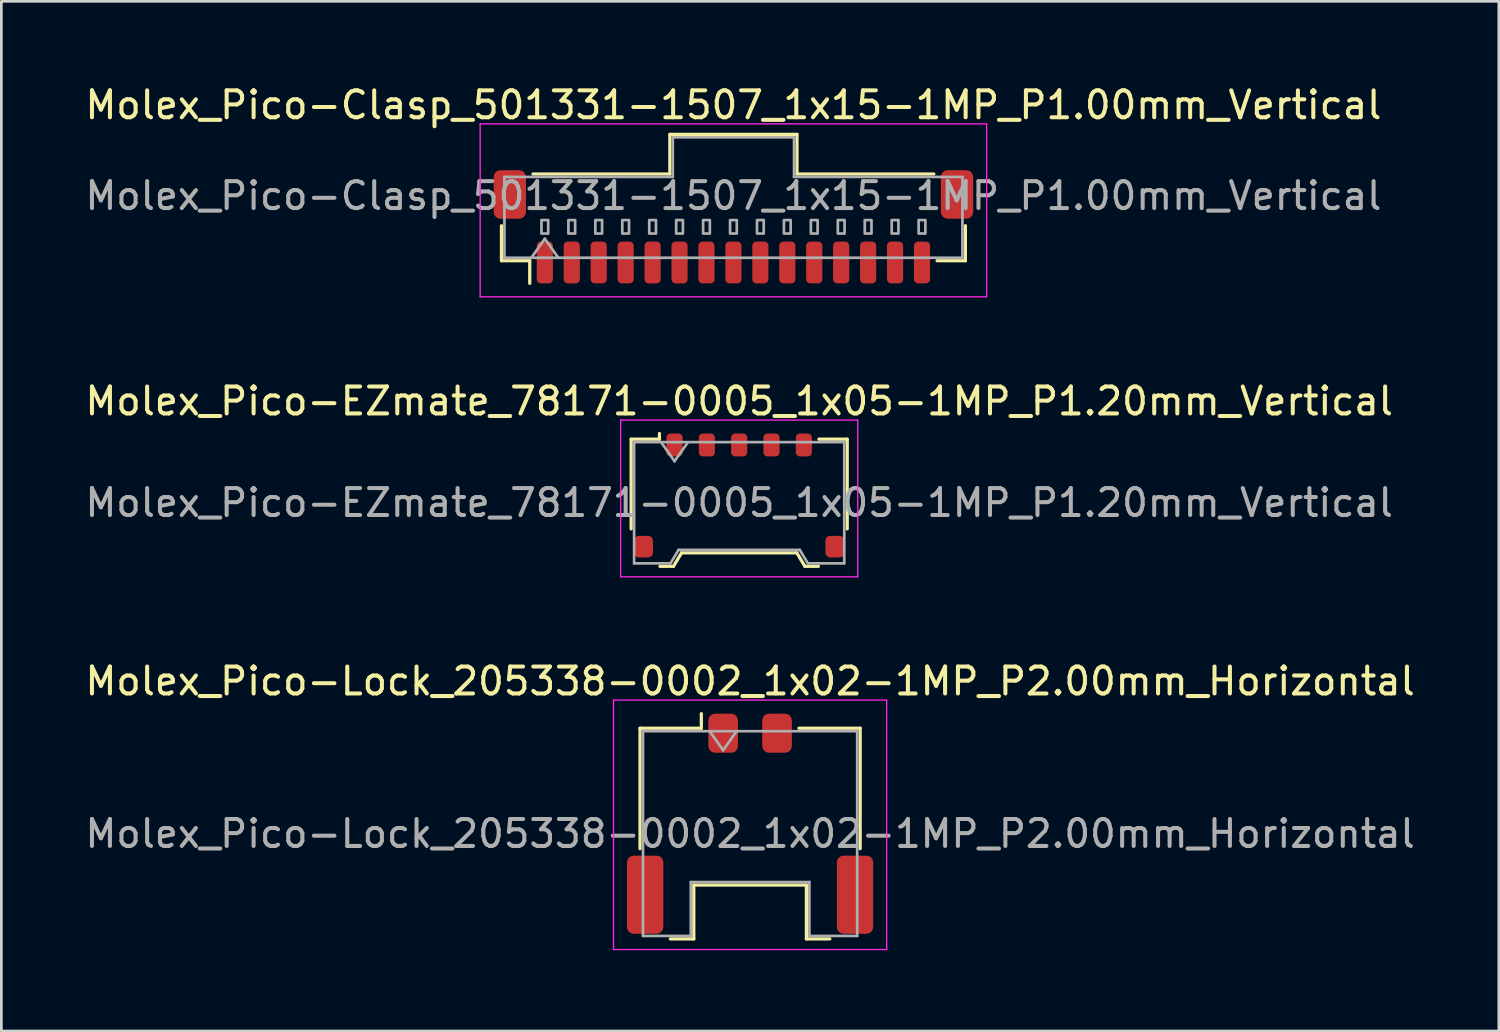
<source format=kicad_pcb>
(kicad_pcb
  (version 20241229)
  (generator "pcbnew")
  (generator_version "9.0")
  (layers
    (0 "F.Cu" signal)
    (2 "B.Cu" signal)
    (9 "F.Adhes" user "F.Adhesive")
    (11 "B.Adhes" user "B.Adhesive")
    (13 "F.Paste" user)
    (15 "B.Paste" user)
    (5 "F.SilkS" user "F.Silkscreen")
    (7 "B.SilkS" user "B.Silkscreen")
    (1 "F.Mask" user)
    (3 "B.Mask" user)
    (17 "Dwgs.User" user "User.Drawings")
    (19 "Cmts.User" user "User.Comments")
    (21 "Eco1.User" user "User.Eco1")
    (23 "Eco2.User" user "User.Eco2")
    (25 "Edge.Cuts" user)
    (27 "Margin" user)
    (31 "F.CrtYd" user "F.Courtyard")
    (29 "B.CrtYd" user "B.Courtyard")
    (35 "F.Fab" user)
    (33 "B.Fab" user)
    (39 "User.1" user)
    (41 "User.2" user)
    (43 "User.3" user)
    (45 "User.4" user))
  (footprint "Molex_Pico-Lock_205338-0002_1x02-1MP_P2.00mm_Horizontal"
    (layer "F.Cu")
    (at 24.792 27.525)
    (property "Reference" "Molex_Pico-Lock_205338-0002_1x02-1MP_P2.00mm_Horizontal" (at 0 -5.29 0) (layer "F.SilkS") (effects (font (size 1 1) (thickness 0.15))))
    (attr smd)
    (fp_line (start -4.085 -3.545) (end -1.81 -3.545) (stroke (width 0.12) (type solid)) (layer "F.SilkS"))
    (fp_line (start -4.085 0.925) (end -4.085 -3.545) (stroke (width 0.12) (type solid)) (layer "F.SilkS"))
    (fp_line (start -2.96 4.275) (end -2.09 4.275) (stroke (width 0.12) (type solid)) (layer "F.SilkS"))
    (fp_line (start -2.09 2.275) (end 2.09 2.275) (stroke (width 0.12) (type solid)) (layer "F.SilkS"))
    (fp_line (start -2.09 4.275) (end -2.09 2.275) (stroke (width 0.12) (type solid)) (layer "F.SilkS"))
    (fp_line (start -1.81 -3.545) (end -1.81 -4.085) (stroke (width 0.12) (type solid)) (layer "F.SilkS"))
    (fp_line (start 2.09 2.275) (end 2.09 4.275) (stroke (width 0.12) (type solid)) (layer "F.SilkS"))
    (fp_line (start 2.09 4.275) (end 2.96 4.275) (stroke (width 0.12) (type solid)) (layer "F.SilkS"))
    (fp_line (start 4.085 -3.545) (end 1.81 -3.545) (stroke (width 0.12) (type solid)) (layer "F.SilkS"))
    (fp_line (start 4.085 0.925) (end 4.085 -3.545) (stroke (width 0.12) (type solid)) (layer "F.SilkS"))
    (fp_line (start -5.07 -4.59) (end -5.07 4.67) (stroke (width 0.05) (type solid)) (layer "F.CrtYd"))
    (fp_line (start -5.07 4.67) (end 5.07 4.67) (stroke (width 0.05) (type solid)) (layer "F.CrtYd"))
    (fp_line (start 5.07 -4.59) (end -5.07 -4.59) (stroke (width 0.05) (type solid)) (layer "F.CrtYd"))
    (fp_line (start 5.07 4.67) (end 5.07 -4.59) (stroke (width 0.05) (type solid)) (layer "F.CrtYd"))
    (fp_line (start -3.975 -3.435) (end -3.975 4.165) (stroke (width 0.1) (type solid)) (layer "F.Fab"))
    (fp_line (start -3.975 -3.435) (end 3.975 -3.435) (stroke (width 0.1) (type solid)) (layer "F.Fab"))
    (fp_line (start -3.975 4.165) (end -2.2 4.165) (stroke (width 0.1) (type solid)) (layer "F.Fab"))
    (fp_line (start -2.2 2.165) (end 2.2 2.165) (stroke (width 0.1) (type solid)) (layer "F.Fab"))
    (fp_line (start -2.2 4.165) (end -2.2 2.165) (stroke (width 0.1) (type solid)) (layer "F.Fab"))
    (fp_line (start -1.5 -3.435) (end -1 -2.728) (stroke (width 0.1) (type solid)) (layer "F.Fab"))
    (fp_line (start -1 -2.728) (end -0.5 -3.435) (stroke (width 0.1) (type solid)) (layer "F.Fab"))
    (fp_line (start 2.2 2.165) (end 2.2 4.165) (stroke (width 0.1) (type solid)) (layer "F.Fab"))
    (fp_line (start 2.2 4.165) (end 3.975 4.165) (stroke (width 0.1) (type solid)) (layer "F.Fab"))
    (fp_line (start 3.975 -3.435) (end 3.975 4.165) (stroke (width 0.1) (type solid)) (layer "F.Fab"))
    (fp_text user "${REFERENCE}" (at 0 0.37 0) (layer "F.Fab") (effects (font (size 1 1) (thickness 0.15))))
    (pad "1" smd roundrect (at -1 -3.36) (size 1.1 1.45) (layers "F.Cu" "F.Mask" "F.Paste") (roundrect_rratio 0.227))
    (pad "2" smd roundrect (at 1 -3.36) (size 1.1 1.45) (layers "F.Cu" "F.Mask" "F.Paste") (roundrect_rratio 0.227))
    (pad "MP" smd roundrect (at -3.895 2.635) (size 1.35 2.9) (layers "F.Cu" "F.Mask" "F.Paste") (roundrect_rratio 0.185))
    (pad "MP" smd roundrect (at 3.895 2.635) (size 1.35 2.9) (layers "F.Cu" "F.Mask" "F.Paste") (roundrect_rratio 0.185)))
  (footprint "Molex_Pico-Clasp_501331-1507_1x15-1MP_P1.00mm_Vertical"
    (layer "F.Cu")
    (at 24.173 5.368)
    (property "Reference" "Molex_Pico-Clasp_501331-1507_1x15-1MP_P1.00mm_Vertical" (at 0 -4.52 0) (layer "F.SilkS") (effects (font (size 1 1) (thickness 0.15))))
    (attr smd)
    (fp_line (start -8.61 -0.04) (end -8.61 1.26) (stroke (width 0.12) (type solid)) (layer "F.SilkS"))
    (fp_line (start -8.61 1.26) (end -7.56 1.26) (stroke (width 0.12) (type solid)) (layer "F.SilkS"))
    (fp_line (start -7.56 1.26) (end -7.56 2.1) (stroke (width 0.12) (type solid)) (layer "F.SilkS"))
    (fp_line (start -7.44 -1.96) (end -2.36 -1.96) (stroke (width 0.12) (type solid)) (layer "F.SilkS"))
    (fp_line (start -2.36 -3.43) (end 2.36 -3.43) (stroke (width 0.12) (type solid)) (layer "F.SilkS"))
    (fp_line (start -2.36 -1.96) (end -2.36 -3.43) (stroke (width 0.12) (type solid)) (layer "F.SilkS"))
    (fp_line (start 2.36 -3.43) (end 2.36 -1.96) (stroke (width 0.12) (type solid)) (layer "F.SilkS"))
    (fp_line (start 2.36 -1.96) (end 7.44 -1.96) (stroke (width 0.12) (type solid)) (layer "F.SilkS"))
    (fp_line (start 8.61 -0.04) (end 8.61 1.26) (stroke (width 0.12) (type solid)) (layer "F.SilkS"))
    (fp_line (start 8.61 1.26) (end 7.56 1.26) (stroke (width 0.12) (type solid)) (layer "F.SilkS"))
    (fp_line (start -9.4 -3.82) (end -9.4 2.6) (stroke (width 0.05) (type solid)) (layer "F.CrtYd"))
    (fp_line (start -9.4 2.6) (end 9.4 2.6) (stroke (width 0.05) (type solid)) (layer "F.CrtYd"))
    (fp_line (start 9.4 -3.82) (end -9.4 -3.82) (stroke (width 0.05) (type solid)) (layer "F.CrtYd"))
    (fp_line (start 9.4 2.6) (end 9.4 -3.82) (stroke (width 0.05) (type solid)) (layer "F.CrtYd"))
    (fp_line (start -8.5 -1.85) (end -2.25 -1.85) (stroke (width 0.1) (type solid)) (layer "F.Fab"))
    (fp_line (start -8.5 1.15) (end -8.5 -1.85) (stroke (width 0.1) (type solid)) (layer "F.Fab"))
    (fp_line (start -8.5 1.15) (end 8.5 1.15) (stroke (width 0.1) (type solid)) (layer "F.Fab"))
    (fp_line (start -7.5 1.15) (end -7 0.443) (stroke (width 0.1) (type solid)) (layer "F.Fab"))
    (fp_line (start -7 0.443) (end -6.5 1.15) (stroke (width 0.1) (type solid)) (layer "F.Fab"))
    (fp_line (start -2.25 -3.32) (end 2.25 -3.32) (stroke (width 0.1) (type solid)) (layer "F.Fab"))
    (fp_line (start -2.25 -1.85) (end -2.25 -3.32) (stroke (width 0.1) (type solid)) (layer "F.Fab"))
    (fp_line (start 2.25 -3.32) (end 2.25 -1.85) (stroke (width 0.1) (type solid)) (layer "F.Fab"))
    (fp_line (start 2.25 -1.85) (end 8.5 -1.85) (stroke (width 0.1) (type solid)) (layer "F.Fab"))
    (fp_line (start 8.5 1.15) (end 8.5 -1.85) (stroke (width 0.1) (type solid)) (layer "F.Fab"))
    (fp_rect (start -7.125 -0.25) (end -6.875 0.25) (stroke (width 0.1) (type solid)) (fill no) (layer "F.Fab"))
    (fp_rect (start -6.125 -0.25) (end -5.875 0.25) (stroke (width 0.1) (type solid)) (fill no) (layer "F.Fab"))
    (fp_rect (start -5.125 -0.25) (end -4.875 0.25) (stroke (width 0.1) (type solid)) (fill no) (layer "F.Fab"))
    (fp_rect (start -4.125 -0.25) (end -3.875 0.25) (stroke (width 0.1) (type solid)) (fill no) (layer "F.Fab"))
    (fp_rect (start -3.125 -0.25) (end -2.875 0.25) (stroke (width 0.1) (type solid)) (fill no) (layer "F.Fab"))
    (fp_rect (start -2.125 -0.25) (end -1.875 0.25) (stroke (width 0.1) (type solid)) (fill no) (layer "F.Fab"))
    (fp_rect (start -1.125 -0.25) (end -0.875 0.25) (stroke (width 0.1) (type solid)) (fill no) (layer "F.Fab"))
    (fp_rect (start -0.125 -0.25) (end 0.125 0.25) (stroke (width 0.1) (type solid)) (fill no) (layer "F.Fab"))
    (fp_rect (start 0.875 -0.25) (end 1.125 0.25) (stroke (width 0.1) (type solid)) (fill no) (layer "F.Fab"))
    (fp_rect (start 1.875 -0.25) (end 2.125 0.25) (stroke (width 0.1) (type solid)) (fill no) (layer "F.Fab"))
    (fp_rect (start 2.875 -0.25) (end 3.125 0.25) (stroke (width 0.1) (type solid)) (fill no) (layer "F.Fab"))
    (fp_rect (start 3.875 -0.25) (end 4.125 0.25) (stroke (width 0.1) (type solid)) (fill no) (layer "F.Fab"))
    (fp_rect (start 4.875 -0.25) (end 5.125 0.25) (stroke (width 0.1) (type solid)) (fill no) (layer "F.Fab"))
    (fp_rect (start 5.875 -0.25) (end 6.125 0.25) (stroke (width 0.1) (type solid)) (fill no) (layer "F.Fab"))
    (fp_rect (start 6.875 -0.25) (end 7.125 0.25) (stroke (width 0.1) (type solid)) (fill no) (layer "F.Fab"))
    (fp_text user "${REFERENCE}" (at 0 -1.15 0) (layer "F.Fab") (effects (font (size 1 1) (thickness 0.15))))
    (pad "1" smd roundrect (at -7 1.325) (size 0.6 1.55) (layers "F.Cu" "F.Mask" "F.Paste") (roundrect_rratio 0.25))
    (pad "2" smd roundrect (at -6 1.325) (size 0.6 1.55) (layers "F.Cu" "F.Mask" "F.Paste") (roundrect_rratio 0.25))
    (pad "3" smd roundrect (at -5 1.325) (size 0.6 1.55) (layers "F.Cu" "F.Mask" "F.Paste") (roundrect_rratio 0.25))
    (pad "4" smd roundrect (at -4 1.325) (size 0.6 1.55) (layers "F.Cu" "F.Mask" "F.Paste") (roundrect_rratio 0.25))
    (pad "5" smd roundrect (at -3 1.325) (size 0.6 1.55) (layers "F.Cu" "F.Mask" "F.Paste") (roundrect_rratio 0.25))
    (pad "6" smd roundrect (at -2 1.325) (size 0.6 1.55) (layers "F.Cu" "F.Mask" "F.Paste") (roundrect_rratio 0.25))
    (pad "7" smd roundrect (at -1 1.325) (size 0.6 1.55) (layers "F.Cu" "F.Mask" "F.Paste") (roundrect_rratio 0.25))
    (pad "8" smd roundrect (at 0 1.325) (size 0.6 1.55) (layers "F.Cu" "F.Mask" "F.Paste") (roundrect_rratio 0.25))
    (pad "9" smd roundrect (at 1 1.325) (size 0.6 1.55) (layers "F.Cu" "F.Mask" "F.Paste") (roundrect_rratio 0.25))
    (pad "10" smd roundrect (at 2 1.325) (size 0.6 1.55) (layers "F.Cu" "F.Mask" "F.Paste") (roundrect_rratio 0.25))
    (pad "11" smd roundrect (at 3 1.325) (size 0.6 1.55) (layers "F.Cu" "F.Mask" "F.Paste") (roundrect_rratio 0.25))
    (pad "12" smd roundrect (at 4 1.325) (size 0.6 1.55) (layers "F.Cu" "F.Mask" "F.Paste") (roundrect_rratio 0.25))
    (pad "13" smd roundrect (at 5 1.325) (size 0.6 1.55) (layers "F.Cu" "F.Mask" "F.Paste") (roundrect_rratio 0.25))
    (pad "14" smd roundrect (at 6 1.325) (size 0.6 1.55) (layers "F.Cu" "F.Mask" "F.Paste") (roundrect_rratio 0.25))
    (pad "15" smd roundrect (at 7 1.325) (size 0.6 1.55) (layers "F.Cu" "F.Mask" "F.Paste") (roundrect_rratio 0.25))
    (pad "MP" smd roundrect (at -8.3 -1.2) (size 1.2 1.8) (layers "F.Cu" "F.Mask" "F.Paste") (roundrect_rratio 0.208))
    (pad "MP" smd roundrect (at 8.3 -1.2) (size 1.2 1.8) (layers "F.Cu" "F.Mask" "F.Paste") (roundrect_rratio 0.208)))
  (footprint "Molex_Pico-EZmate_78171-0005_1x05-1MP_P1.20mm_Vertical"
    (layer "F.Cu")
    (at 24.387 15.341)
    (property "Reference" "Molex_Pico-EZmate_78171-0005_1x05-1MP_P1.20mm_Vertical" (at 0 -3.5 0) (layer "F.SilkS") (effects (font (size 1 1) (thickness 0.15))))
    (attr smd)
    (fp_line (start -4.01 -2.09) (end -2.96 -2.09) (stroke (width 0.12) (type solid)) (layer "F.SilkS"))
    (fp_line (start -4.01 1.24) (end -4.01 -2.09) (stroke (width 0.12) (type solid)) (layer "F.SilkS"))
    (fp_line (start -2.96 -2.09) (end -2.96 -2.3) (stroke (width 0.12) (type solid)) (layer "F.SilkS"))
    (fp_line (start -2.94 2.63) (end -2.44 2.63) (stroke (width 0.12) (type solid)) (layer "F.SilkS"))
    (fp_line (start -2.44 2.63) (end -2.14 2.13) (stroke (width 0.12) (type solid)) (layer "F.SilkS"))
    (fp_line (start -2.14 2.13) (end 2.14 2.13) (stroke (width 0.12) (type solid)) (layer "F.SilkS"))
    (fp_line (start 2.14 2.13) (end 2.44 2.63) (stroke (width 0.12) (type solid)) (layer "F.SilkS"))
    (fp_line (start 2.44 2.63) (end 2.94 2.63) (stroke (width 0.12) (type solid)) (layer "F.SilkS"))
    (fp_line (start 4.01 -2.09) (end 2.96 -2.09) (stroke (width 0.12) (type solid)) (layer "F.SilkS"))
    (fp_line (start 4.01 1.24) (end 4.01 -2.09) (stroke (width 0.12) (type solid)) (layer "F.SilkS"))
    (fp_line (start -4.4 -2.8) (end -4.4 3.02) (stroke (width 0.05) (type solid)) (layer "F.CrtYd"))
    (fp_line (start -4.4 3.02) (end 4.4 3.02) (stroke (width 0.05) (type solid)) (layer "F.CrtYd"))
    (fp_line (start 4.4 -2.8) (end -4.4 -2.8) (stroke (width 0.05) (type solid)) (layer "F.CrtYd"))
    (fp_line (start 4.4 3.02) (end 4.4 -2.8) (stroke (width 0.05) (type solid)) (layer "F.CrtYd"))
    (fp_line (start -3.9 -1.98) (end -3.9 2.52) (stroke (width 0.1) (type solid)) (layer "F.Fab"))
    (fp_line (start -3.9 -1.98) (end 3.9 -1.98) (stroke (width 0.1) (type solid)) (layer "F.Fab"))
    (fp_line (start -3.9 2.52) (end -2.55 2.52) (stroke (width 0.1) (type solid)) (layer "F.Fab"))
    (fp_line (start -2.9 -1.98) (end -2.4 -1.273) (stroke (width 0.1) (type solid)) (layer "F.Fab"))
    (fp_line (start -2.55 2.52) (end -2.25 2.02) (stroke (width 0.1) (type solid)) (layer "F.Fab"))
    (fp_line (start -2.4 -1.273) (end -1.9 -1.98) (stroke (width 0.1) (type solid)) (layer "F.Fab"))
    (fp_line (start -2.25 2.02) (end 2.25 2.02) (stroke (width 0.1) (type solid)) (layer "F.Fab"))
    (fp_line (start 2.25 2.02) (end 2.55 2.52) (stroke (width 0.1) (type solid)) (layer "F.Fab"))
    (fp_line (start 2.55 2.52) (end 3.9 2.52) (stroke (width 0.1) (type solid)) (layer "F.Fab"))
    (fp_line (start 3.9 -1.98) (end 3.9 2.52) (stroke (width 0.1) (type solid)) (layer "F.Fab"))
    (fp_text user "${REFERENCE}" (at 0 0.27 0) (layer "F.Fab") (effects (font (size 1 1) (thickness 0.15))))
    (pad "1" smd roundrect (at -2.4 -1.875) (size 0.6 0.85) (layers "F.Cu" "F.Mask" "F.Paste") (roundrect_rratio 0.25))
    (pad "2" smd roundrect (at -1.2 -1.875) (size 0.6 0.85) (layers "F.Cu" "F.Mask" "F.Paste") (roundrect_rratio 0.25))
    (pad "3" smd roundrect (at 0 -1.875) (size 0.6 0.85) (layers "F.Cu" "F.Mask" "F.Paste") (roundrect_rratio 0.25))
    (pad "4" smd roundrect (at 1.2 -1.875) (size 0.6 0.85) (layers "F.Cu" "F.Mask" "F.Paste") (roundrect_rratio 0.25))
    (pad "5" smd roundrect (at 2.4 -1.875) (size 0.6 0.85) (layers "F.Cu" "F.Mask" "F.Paste") (roundrect_rratio 0.25))
    (pad "MP" smd roundrect (at -3.55 1.9) (size 0.7 0.8) (layers "F.Cu" "F.Mask" "F.Paste") (roundrect_rratio 0.25))
    (pad "MP" smd roundrect (at 3.55 1.9) (size 0.7 0.8) (layers "F.Cu" "F.Mask" "F.Paste") (roundrect_rratio 0.25)))
  (gr_rect
    (start -3 -3)
    (end 52.583 35.22)
    (stroke (width 0.1) (type default))
    (fill no)
    (layer "Edge.Cuts")))
</source>
